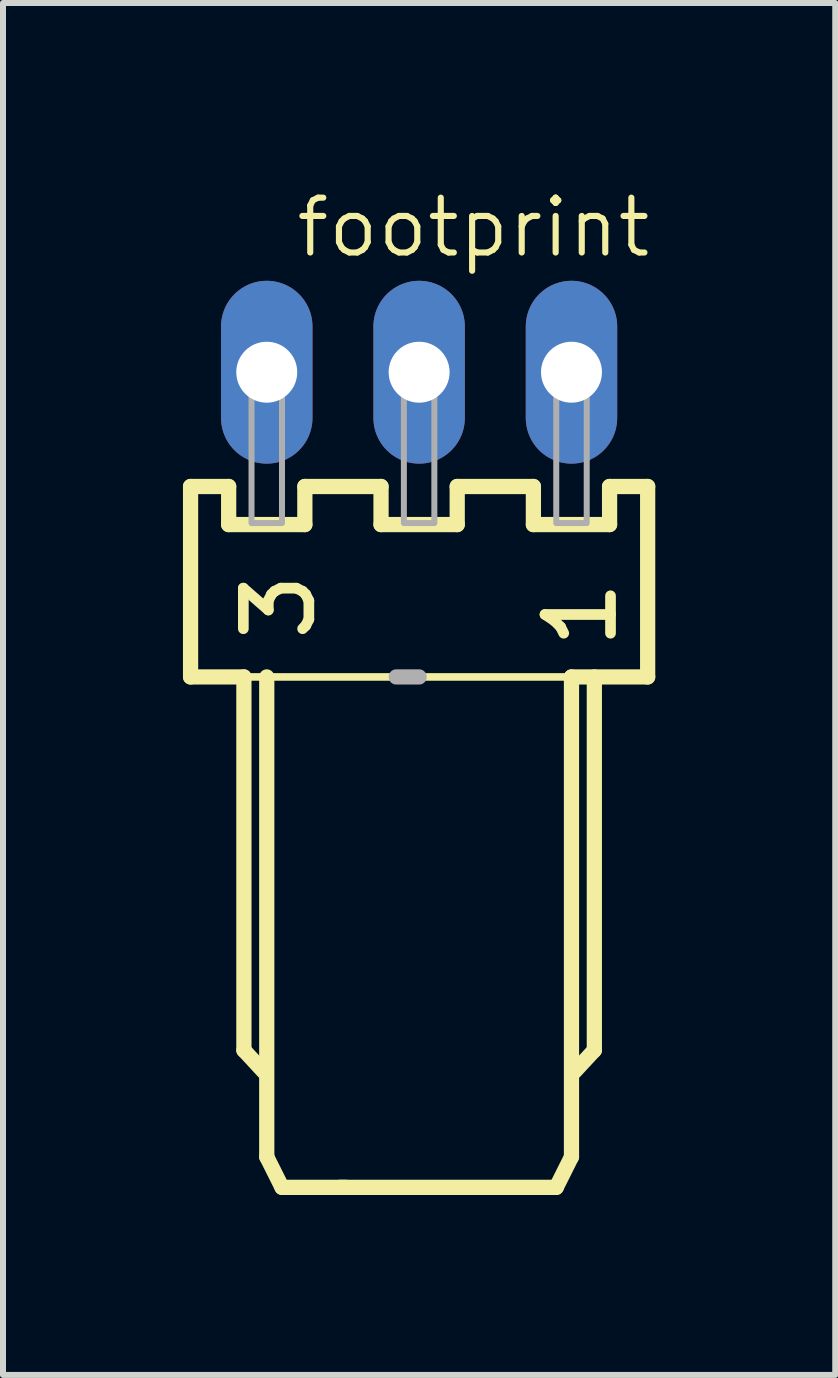
<source format=kicad_pcb>
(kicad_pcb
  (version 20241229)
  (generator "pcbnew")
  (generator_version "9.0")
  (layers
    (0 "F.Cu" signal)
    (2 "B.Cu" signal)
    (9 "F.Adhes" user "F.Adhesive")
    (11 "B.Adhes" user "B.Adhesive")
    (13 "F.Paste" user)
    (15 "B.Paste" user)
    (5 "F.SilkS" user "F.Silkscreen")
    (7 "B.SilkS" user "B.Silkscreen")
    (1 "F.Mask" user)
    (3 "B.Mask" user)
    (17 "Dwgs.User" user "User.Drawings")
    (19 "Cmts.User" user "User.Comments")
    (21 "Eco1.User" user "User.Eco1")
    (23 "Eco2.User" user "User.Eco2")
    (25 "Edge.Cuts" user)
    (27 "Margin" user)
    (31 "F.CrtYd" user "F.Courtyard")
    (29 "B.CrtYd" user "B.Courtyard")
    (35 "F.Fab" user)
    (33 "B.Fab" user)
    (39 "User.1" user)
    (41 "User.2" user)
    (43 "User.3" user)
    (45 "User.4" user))
  (footprint "footprint"
    (layer "F.Cu")
    (at 3.937 3.155)
    (property "Reference" "footprint" (at 3.91 -2.948 0) (layer "F.SilkS") (effects (font (size 0.914 0.914) (thickness 0.102)) (justify right top)))
    (fp_line (start -3.81 1.905) (end -3.81 5.08) (stroke (width 0.254) (type solid)) (layer "F.SilkS"))
    (fp_line (start -3.81 5.08) (end -2.921 5.08) (stroke (width 0.254) (type solid)) (layer "F.SilkS"))
    (fp_line (start -3.175 1.905) (end -3.81 1.905) (stroke (width 0.254) (type solid)) (layer "F.SilkS"))
    (fp_line (start -3.175 2.54) (end -3.175 1.905) (stroke (width 0.254) (type solid)) (layer "F.SilkS"))
    (fp_line (start -2.921 5.08) (end -2.921 11.303) (stroke (width 0.254) (type solid)) (layer "F.SilkS"))
    (fp_line (start -2.921 5.08) (end 2.54 5.08) (stroke (width 0.127) (type solid)) (layer "F.SilkS"))
    (fp_line (start -2.921 11.303) (end -2.591 11.659) (stroke (width 0.254) (type solid)) (layer "F.SilkS"))
    (fp_line (start -2.54 5.08) (end -2.54 13.081) (stroke (width 0.254) (type solid)) (layer "F.SilkS"))
    (fp_line (start -2.54 13.081) (end -2.286 13.589) (stroke (width 0.254) (type solid)) (layer "F.SilkS"))
    (fp_line (start -2.286 13.589) (end -1.219 13.589) (stroke (width 0.254) (type solid)) (layer "F.SilkS"))
    (fp_line (start -1.905 1.905) (end -1.905 2.54) (stroke (width 0.254) (type solid)) (layer "F.SilkS"))
    (fp_line (start -1.905 2.54) (end -3.175 2.54) (stroke (width 0.254) (type solid)) (layer "F.SilkS"))
    (fp_line (start -0.635 1.905) (end -1.905 1.905) (stroke (width 0.254) (type solid)) (layer "F.SilkS"))
    (fp_line (start -0.635 2.54) (end -0.635 1.905) (stroke (width 0.254) (type solid)) (layer "F.SilkS"))
    (fp_line (start 0.635 1.905) (end 0.635 2.54) (stroke (width 0.254) (type solid)) (layer "F.SilkS"))
    (fp_line (start 0.635 2.54) (end -0.635 2.54) (stroke (width 0.254) (type solid)) (layer "F.SilkS"))
    (fp_line (start 1.905 1.905) (end 0.635 1.905) (stroke (width 0.254) (type solid)) (layer "F.SilkS"))
    (fp_line (start 1.905 2.54) (end 1.905 1.905) (stroke (width 0.254) (type solid)) (layer "F.SilkS"))
    (fp_line (start 2.286 13.589) (end -1.321 13.589) (stroke (width 0.254) (type solid)) (layer "F.SilkS"))
    (fp_line (start 2.54 5.08) (end 2.54 13.081) (stroke (width 0.254) (type solid)) (layer "F.SilkS"))
    (fp_line (start 2.54 5.08) (end 3.81 5.08) (stroke (width 0.254) (type solid)) (layer "F.SilkS"))
    (fp_line (start 2.54 13.081) (end 2.286 13.589) (stroke (width 0.254) (type solid)) (layer "F.SilkS"))
    (fp_line (start 2.921 5.08) (end 2.921 11.303) (stroke (width 0.254) (type solid)) (layer "F.SilkS"))
    (fp_line (start 2.921 11.303) (end 2.591 11.659) (stroke (width 0.254) (type solid)) (layer "F.SilkS"))
    (fp_line (start 3.175 1.905) (end 3.175 2.54) (stroke (width 0.254) (type solid)) (layer "F.SilkS"))
    (fp_line (start 3.175 2.54) (end 1.905 2.54) (stroke (width 0.254) (type solid)) (layer "F.SilkS"))
    (fp_line (start 3.81 1.905) (end 3.175 1.905) (stroke (width 0.254) (type solid)) (layer "F.SilkS"))
    (fp_line (start 3.81 5.08) (end 3.81 1.905) (stroke (width 0.254) (type solid)) (layer "F.SilkS"))
    (fp_line (start 0 5.08) (end -0.381 5.08) (stroke (width 0.254) (type solid)) (layer "F.Fab"))
    (fp_poly (pts (xy -2.794 0.254) (xy -2.286 0.254) (xy -2.286 -0.254) (xy -2.794 -0.254)) (stroke (width 0.1) (type solid)) (fill no) (layer "F.Fab"))
    (fp_poly (pts (xy -2.794 2.515) (xy -2.286 2.515) (xy -2.286 0.279) (xy -2.794 0.279)) (stroke (width 0.1) (type solid)) (fill no) (layer "F.Fab"))
    (fp_poly (pts (xy -0.254 0.254) (xy 0.254 0.254) (xy 0.254 -0.254) (xy -0.254 -0.254)) (stroke (width 0.1) (type solid)) (fill no) (layer "F.Fab"))
    (fp_poly (pts (xy -0.254 2.515) (xy 0.254 2.515) (xy 0.254 0.279) (xy -0.254 0.279)) (stroke (width 0.1) (type solid)) (fill no) (layer "F.Fab"))
    (fp_poly (pts (xy 2.286 0.254) (xy 2.794 0.254) (xy 2.794 -0.254) (xy 2.286 -0.254)) (stroke (width 0.1) (type solid)) (fill no) (layer "F.Fab"))
    (fp_poly (pts (xy 2.286 2.515) (xy 2.794 2.515) (xy 2.794 0.279) (xy 2.286 0.279)) (stroke (width 0.1) (type solid)) (fill no) (layer "F.Fab"))
    (fp_text user "1" (at 2.056 3.402 90) (layer "F.SilkS") (effects (font (size 1.092 1.092) (thickness 0.178)) (justify right top)))
    (fp_text user "3" (at -2.973 3.275 90) (layer "F.SilkS") (effects (font (size 1.092 1.092) (thickness 0.178)) (justify right top)))
    (pad "1" thru_hole oval (at 2.54 0 90) (size 3.048 1.524) (drill 1.016) (layers "*.Cu" "*.Mask"))
    (pad "2" thru_hole oval (at 0 0 90) (size 3.048 1.524) (drill 1.016) (layers "*.Cu" "*.Mask"))
    (pad "3" thru_hole oval (at -2.54 0 90) (size 3.048 1.524) (drill 1.016) (layers "*.Cu" "*.Mask")))
  (gr_rect
    (start -3 -3)
    (end 10.874 19.871)
    (stroke (width 0.1) (type default))
    (fill no)
    (layer "Edge.Cuts")))
</source>
